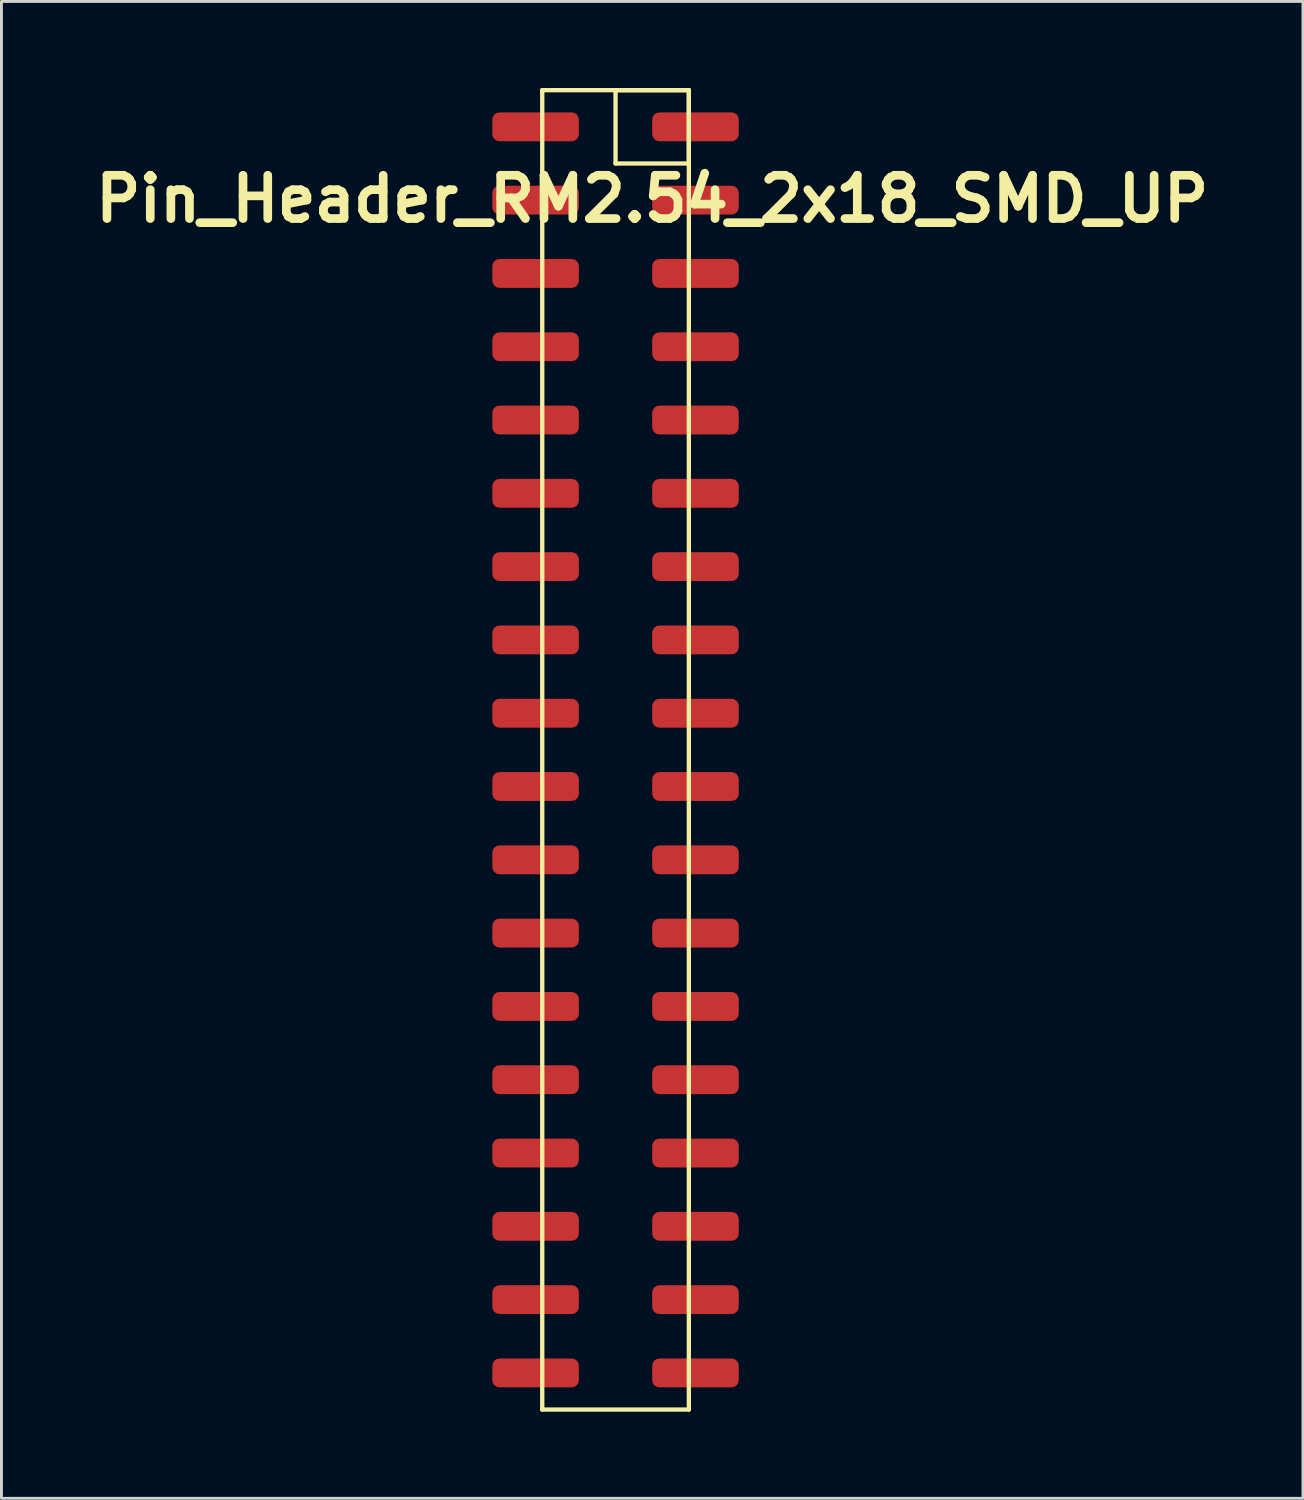
<source format=kicad_pcb>
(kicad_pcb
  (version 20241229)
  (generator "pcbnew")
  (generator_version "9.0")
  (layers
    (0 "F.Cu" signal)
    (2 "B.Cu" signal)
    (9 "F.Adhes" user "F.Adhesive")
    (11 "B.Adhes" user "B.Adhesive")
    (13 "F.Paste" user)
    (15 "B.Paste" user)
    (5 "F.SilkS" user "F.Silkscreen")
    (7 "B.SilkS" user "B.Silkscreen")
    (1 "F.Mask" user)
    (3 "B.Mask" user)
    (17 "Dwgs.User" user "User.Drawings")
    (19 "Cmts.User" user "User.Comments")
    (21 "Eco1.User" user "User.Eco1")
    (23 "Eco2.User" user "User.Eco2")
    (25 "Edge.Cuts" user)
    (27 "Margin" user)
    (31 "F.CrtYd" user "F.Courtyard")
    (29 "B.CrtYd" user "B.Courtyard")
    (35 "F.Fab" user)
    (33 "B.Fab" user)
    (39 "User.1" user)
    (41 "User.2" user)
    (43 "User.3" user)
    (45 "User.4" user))
  (footprint "Pin_Header_RM2.54_2x18_SMD_UP"
    (layer "F.Cu")
    (at 19.55 1.345)
    (property "Reference" "Pin_Header_RM2.54_2x18_SMD_UP" (at 0 2.5 0) (layer "F.SilkS") (effects (font (size 1.5 1.5) (thickness 0.3))))
    (attr through_hole)
    (fp_line (start -3.81 -1.27) (end 1.27 -1.27) (stroke (width 0.15) (type solid)) (layer "F.SilkS"))
    (fp_line (start -3.81 44.45) (end -3.81 -1.27) (stroke (width 0.15) (type solid)) (layer "F.SilkS"))
    (fp_line (start -1.27 -1.27) (end 1.27 -1.27) (stroke (width 0.15) (type solid)) (layer "F.SilkS"))
    (fp_line (start -1.27 1.27) (end -1.27 -1.27) (stroke (width 0.15) (type solid)) (layer "F.SilkS"))
    (fp_line (start 1.27 -1.27) (end 1.27 1.27) (stroke (width 0.15) (type solid)) (layer "F.SilkS"))
    (fp_line (start 1.27 -1.27) (end 1.27 44.45) (stroke (width 0.15) (type solid)) (layer "F.SilkS"))
    (fp_line (start 1.27 1.27) (end -1.27 1.27) (stroke (width 0.15) (type solid)) (layer "F.SilkS"))
    (fp_line (start 1.27 44.45) (end -3.81 44.45) (stroke (width 0.15) (type solid)) (layer "F.SilkS"))
    (pad "1" smd roundrect (at 1.5 0) (size 3 1) (layers "F.Cu" "F.Mask") (roundrect_rratio 0.25))
    (pad "2" smd roundrect (at -4.04 0) (size 3 1) (layers "F.Cu" "F.Mask") (roundrect_rratio 0.25))
    (pad "3" smd roundrect (at 1.5 2.54) (size 3 1) (layers "F.Cu" "F.Mask") (roundrect_rratio 0.25))
    (pad "4" smd roundrect (at -4.04 2.54) (size 3 1) (layers "F.Cu" "F.Mask") (roundrect_rratio 0.25))
    (pad "5" smd roundrect (at 1.5 5.08) (size 3 1) (layers "F.Cu" "F.Mask") (roundrect_rratio 0.25))
    (pad "6" smd roundrect (at -4.04 5.08) (size 3 1) (layers "F.Cu" "F.Mask") (roundrect_rratio 0.25))
    (pad "7" smd roundrect (at 1.5 7.62) (size 3 1) (layers "F.Cu" "F.Mask") (roundrect_rratio 0.25))
    (pad "8" smd roundrect (at -4.04 7.62) (size 3 1) (layers "F.Cu" "F.Mask") (roundrect_rratio 0.25))
    (pad "9" smd roundrect (at 1.5 10.16) (size 3 1) (layers "F.Cu" "F.Mask") (roundrect_rratio 0.25))
    (pad "10" smd roundrect (at -4.04 10.16) (size 3 1) (layers "F.Cu" "F.Mask") (roundrect_rratio 0.25))
    (pad "11" smd roundrect (at 1.5 12.7) (size 3 1) (layers "F.Cu" "F.Mask") (roundrect_rratio 0.25))
    (pad "12" smd roundrect (at -4.04 12.7) (size 3 1) (layers "F.Cu" "F.Mask") (roundrect_rratio 0.25))
    (pad "13" smd roundrect (at 1.5 15.24) (size 3 1) (layers "F.Cu" "F.Mask") (roundrect_rratio 0.25))
    (pad "14" smd roundrect (at -4.04 15.24) (size 3 1) (layers "F.Cu" "F.Mask") (roundrect_rratio 0.25))
    (pad "15" smd roundrect (at 1.5 17.78) (size 3 1) (layers "F.Cu" "F.Mask") (roundrect_rratio 0.25))
    (pad "16" smd roundrect (at -4.04 17.78) (size 3 1) (layers "F.Cu" "F.Mask") (roundrect_rratio 0.25))
    (pad "17" smd roundrect (at 1.5 20.32) (size 3 1) (layers "F.Cu" "F.Mask") (roundrect_rratio 0.25))
    (pad "18" smd roundrect (at -4.04 20.32) (size 3 1) (layers "F.Cu" "F.Mask") (roundrect_rratio 0.25))
    (pad "19" smd roundrect (at 1.5 22.86) (size 3 1) (layers "F.Cu" "F.Mask") (roundrect_rratio 0.25))
    (pad "20" smd roundrect (at -4.04 22.86) (size 3 1) (layers "F.Cu" "F.Mask") (roundrect_rratio 0.25))
    (pad "21" smd roundrect (at 1.5 25.4) (size 3 1) (layers "F.Cu" "F.Mask") (roundrect_rratio 0.25))
    (pad "22" smd roundrect (at -4.04 25.4) (size 3 1) (layers "F.Cu" "F.Mask") (roundrect_rratio 0.25))
    (pad "23" smd roundrect (at 1.5 27.94) (size 3 1) (layers "F.Cu" "F.Mask") (roundrect_rratio 0.25))
    (pad "24" smd roundrect (at -4.04 27.94) (size 3 1) (layers "F.Cu" "F.Mask") (roundrect_rratio 0.25))
    (pad "25" smd roundrect (at 1.5 30.48) (size 3 1) (layers "F.Cu" "F.Mask") (roundrect_rratio 0.25))
    (pad "26" smd roundrect (at -4.04 30.48) (size 3 1) (layers "F.Cu" "F.Mask") (roundrect_rratio 0.25))
    (pad "27" smd roundrect (at 1.5 33.02) (size 3 1) (layers "F.Cu" "F.Mask") (roundrect_rratio 0.25))
    (pad "28" smd roundrect (at -4.04 33.02) (size 3 1) (layers "F.Cu" "F.Mask") (roundrect_rratio 0.25))
    (pad "29" smd roundrect (at 1.5 35.56) (size 3 1) (layers "F.Cu" "F.Mask") (roundrect_rratio 0.25))
    (pad "30" smd roundrect (at -4.04 35.56) (size 3 1) (layers "F.Cu" "F.Mask") (roundrect_rratio 0.25))
    (pad "31" smd roundrect (at 1.5 38.1) (size 3 1) (layers "F.Cu" "F.Mask") (roundrect_rratio 0.25))
    (pad "32" smd roundrect (at -4.04 38.1) (size 3 1) (layers "F.Cu" "F.Mask") (roundrect_rratio 0.25))
    (pad "33" smd roundrect (at 1.5 40.64) (size 3 1) (layers "F.Cu" "F.Mask") (roundrect_rratio 0.25))
    (pad "34" smd roundrect (at -4.04 40.64) (size 3 1) (layers "F.Cu" "F.Mask") (roundrect_rratio 0.25))
    (pad "35" smd roundrect (at 1.5 43.18) (size 3 1) (layers "F.Cu" "F.Mask") (roundrect_rratio 0.25))
    (pad "36" smd roundrect (at -4.04 43.18) (size 3 1) (layers "F.Cu" "F.Mask") (roundrect_rratio 0.25)))
  (gr_rect
    (start -3 -3)
    (end 42.1 48.87)
    (stroke (width 0.1) (type default))
    (fill no)
    (layer "Edge.Cuts")))
</source>
